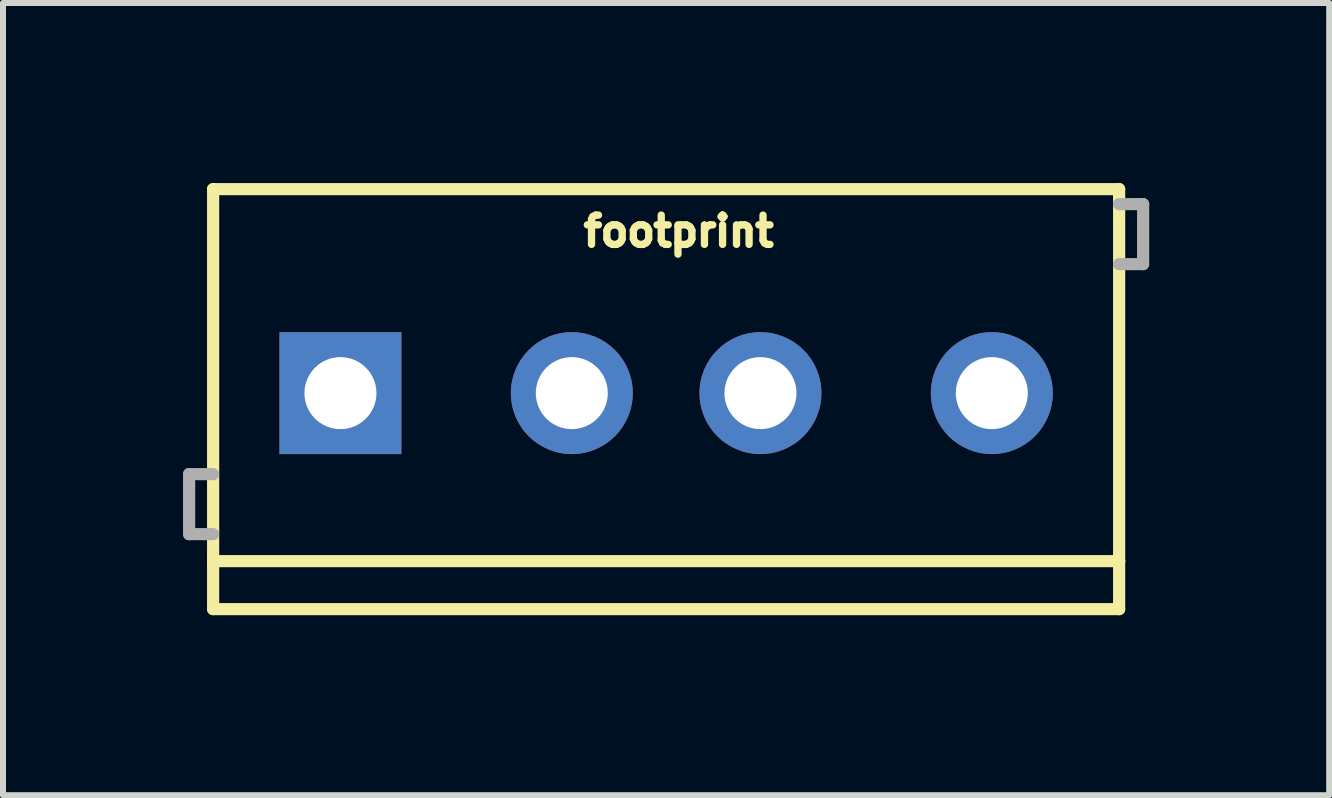
<source format=kicad_pcb>
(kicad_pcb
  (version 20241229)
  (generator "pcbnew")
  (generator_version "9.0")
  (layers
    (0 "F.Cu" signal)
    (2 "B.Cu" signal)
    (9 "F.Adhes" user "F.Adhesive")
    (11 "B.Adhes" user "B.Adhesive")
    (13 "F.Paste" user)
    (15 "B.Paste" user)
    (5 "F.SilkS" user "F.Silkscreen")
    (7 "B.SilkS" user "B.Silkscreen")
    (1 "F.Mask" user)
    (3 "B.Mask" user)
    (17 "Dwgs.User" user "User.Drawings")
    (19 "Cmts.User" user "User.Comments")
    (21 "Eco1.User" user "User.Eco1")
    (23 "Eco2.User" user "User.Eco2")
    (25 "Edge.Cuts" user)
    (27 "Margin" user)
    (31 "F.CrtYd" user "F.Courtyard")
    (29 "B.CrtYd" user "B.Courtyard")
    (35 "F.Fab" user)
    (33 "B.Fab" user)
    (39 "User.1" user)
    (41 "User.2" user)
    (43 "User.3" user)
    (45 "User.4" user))
  (footprint "footprint"
    (layer "F.Cu")
    (at 2.802 3.502)
    (property "Reference" "footprint" (at 3.81 -2.413 0) (layer "F.SilkS") (effects (font (size 0.488 0.488) (thickness 0.122)) (justify left bottom)))
    (fp_line (start -2.3 -3.4) (end 12.8 -3.4) (stroke (width 0.203) (type solid)) (layer "F.SilkS"))
    (fp_line (start -2.3 2.8) (end -2.3 -3.4) (stroke (width 0.203) (type solid)) (layer "F.SilkS"))
    (fp_line (start -2.3 3.6) (end -2.3 2.8) (stroke (width 0.203) (type solid)) (layer "F.SilkS"))
    (fp_line (start 12.8 -3.4) (end 12.8 2.8) (stroke (width 0.203) (type solid)) (layer "F.SilkS"))
    (fp_line (start 12.8 2.8) (end -2.3 2.8) (stroke (width 0.203) (type solid)) (layer "F.SilkS"))
    (fp_line (start 12.8 2.8) (end 12.8 3.6) (stroke (width 0.203) (type solid)) (layer "F.SilkS"))
    (fp_line (start 12.8 3.6) (end -2.3 3.6) (stroke (width 0.203) (type solid)) (layer "F.SilkS"))
    (fp_line (start -2.7 1.35) (end -2.7 2.35) (stroke (width 0.203) (type solid)) (layer "F.Fab"))
    (fp_line (start -2.7 2.35) (end -2.3 2.35) (stroke (width 0.203) (type solid)) (layer "F.Fab"))
    (fp_line (start -2.3 1.35) (end -2.7 1.35) (stroke (width 0.203) (type solid)) (layer "F.Fab"))
    (fp_line (start 12.8 -3.15) (end 13.2 -3.15) (stroke (width 0.203) (type solid)) (layer "F.Fab"))
    (fp_line (start 13.2 -3.15) (end 13.2 -2.15) (stroke (width 0.203) (type solid)) (layer "F.Fab"))
    (fp_line (start 13.2 -2.15) (end 12.8 -2.15) (stroke (width 0.203) (type solid)) (layer "F.Fab"))
    (fp_circle (center 0 0) (end 0.425 0) (stroke (width 0.001) (type solid)) (fill no) (layer "F.Fab"))
    (fp_circle (center 3.5 0) (end 3.925 0) (stroke (width 0.001) (type solid)) (fill no) (layer "F.Fab"))
    (fp_circle (center 7 0) (end 7.425 0) (stroke (width 0.001) (type solid)) (fill no) (layer "F.Fab"))
    (fp_circle (center 10.5 0) (end 10.925 0) (stroke (width 0.001) (type solid)) (fill no) (layer "F.Fab"))
    (pad "1" thru_hole rect (at -0.178 0) (size 2.032 2.032) (drill 1.2) (layers "*.Cu" "*.Mask"))
    (pad "2" thru_hole circle (at 3.678 0) (size 2.032 2.032) (drill 1.2) (layers "*.Cu" "*.Mask"))
    (pad "3" thru_hole circle (at 6.822 0) (size 2.032 2.032) (drill 1.2) (layers "*.Cu" "*.Mask"))
    (pad "4" thru_hole circle (at 10.678 0) (size 2.032 2.032) (drill 1.2) (layers "*.Cu" "*.Mask")))
  (gr_rect
    (start -3 -3)
    (end 19.103 10.203)
    (stroke (width 0.1) (type default))
    (fill no)
    (layer "Edge.Cuts")))
</source>
